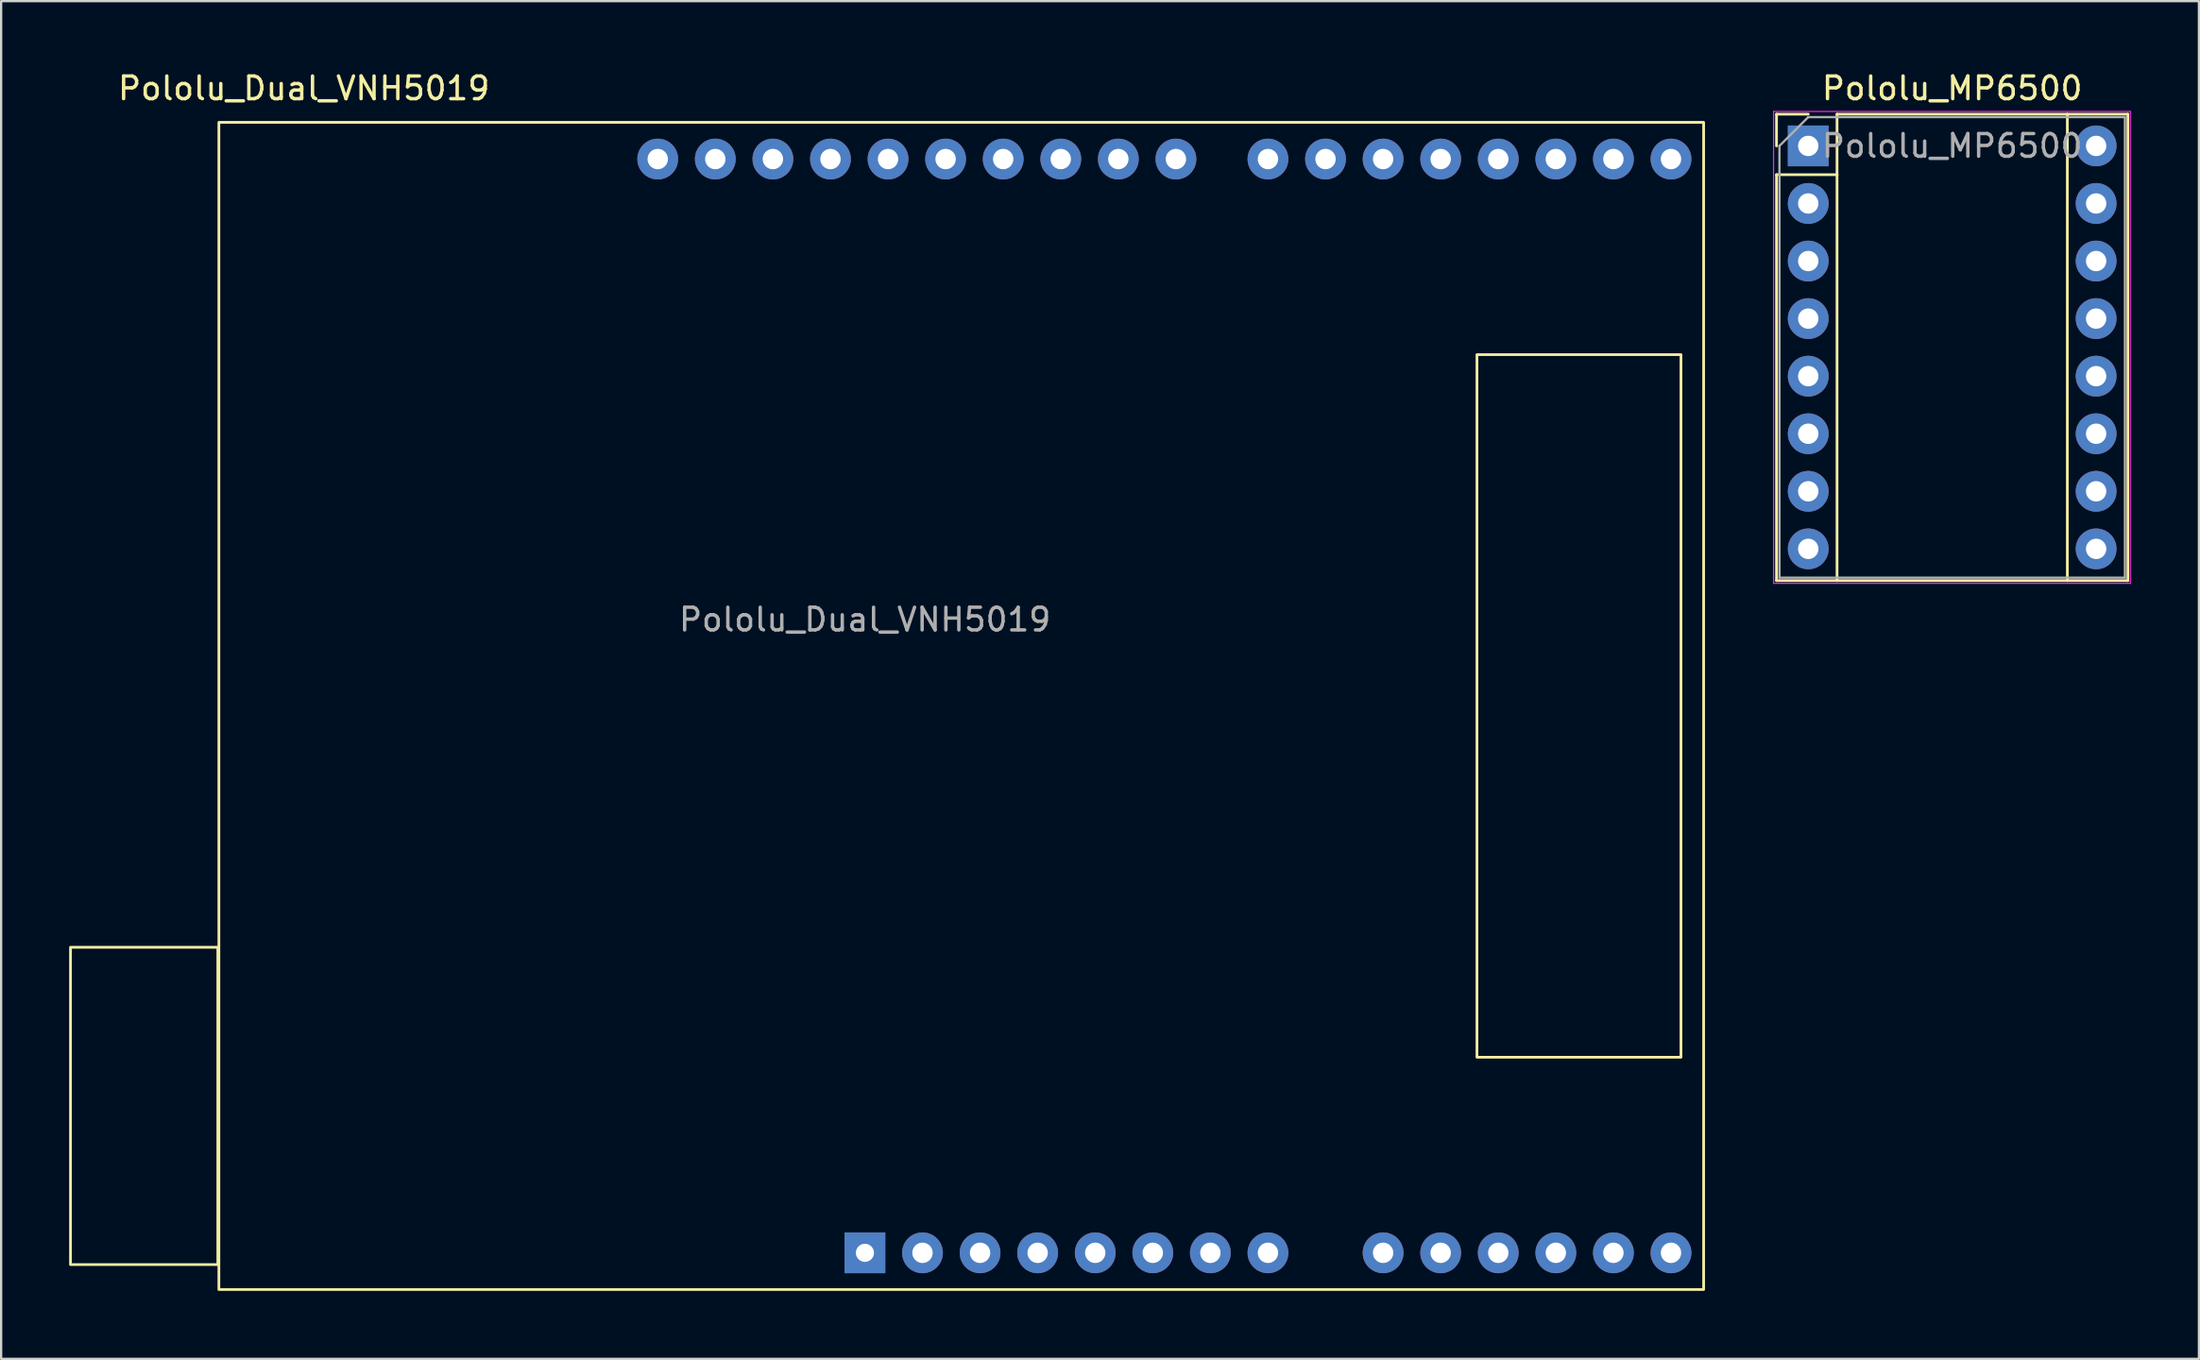
<source format=kicad_pcb>
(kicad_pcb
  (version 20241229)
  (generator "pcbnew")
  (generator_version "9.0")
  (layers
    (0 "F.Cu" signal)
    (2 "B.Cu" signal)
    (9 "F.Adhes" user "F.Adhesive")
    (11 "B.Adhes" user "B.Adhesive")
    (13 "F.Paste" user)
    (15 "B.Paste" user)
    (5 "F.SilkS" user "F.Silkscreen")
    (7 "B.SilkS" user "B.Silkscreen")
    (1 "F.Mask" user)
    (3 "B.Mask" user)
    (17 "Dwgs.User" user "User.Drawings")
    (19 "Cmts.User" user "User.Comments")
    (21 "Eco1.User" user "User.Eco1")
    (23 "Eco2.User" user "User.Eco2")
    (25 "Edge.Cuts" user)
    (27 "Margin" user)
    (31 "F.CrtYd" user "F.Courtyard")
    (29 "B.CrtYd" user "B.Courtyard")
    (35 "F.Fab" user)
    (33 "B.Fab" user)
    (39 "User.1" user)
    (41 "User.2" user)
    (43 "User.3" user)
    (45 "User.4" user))
  (footprint "Pololu_Dual_VNH5019"
    (layer "F.Cu")
    (at 35.106 28.098)
    (property "Reference" "Pololu_Dual_VNH5019" (at -24.75 -27.25 180) (layer "F.SilkS") (effects (font (size 1 1) (thickness 0.15))))
    (attr through_hole)
    (fp_rect (start -35.046 10.649) (end -28.546 24.649) (stroke (width 0.12) (type solid)) (fill no) (layer "F.SilkS"))
    (fp_rect (start -28.5 -25.75) (end 37 25.75) (stroke (width 0.12) (type solid)) (fill no) (layer "F.SilkS"))
    (fp_rect (start 36 -15.5) (end 27 15.5) (stroke (width 0.12) (type solid)) (fill no) (layer "F.SilkS"))
    (fp_text user "${REFERENCE}" (at 0 -3.81 180) (layer "F.Fab") (effects (font (size 1 1) (thickness 0.15))))
    (pad "1" thru_hole rect (at 0 24.13 270) (size 1.8 1.8) (drill 0.8) (layers "*.Cu" "*.Mask"))
    (pad "2" thru_hole oval (at 2.54 24.13 270) (size 1.8 1.8) (drill 0.9) (layers "*.Cu" "*.Mask"))
    (pad "3" thru_hole oval (at 5.08 24.13 270) (size 1.8 1.8) (drill 0.9) (layers "*.Cu" "*.Mask"))
    (pad "4" thru_hole oval (at 7.62 24.13 270) (size 1.8 1.8) (drill 0.9) (layers "*.Cu" "*.Mask"))
    (pad "5" thru_hole oval (at 10.16 24.13 270) (size 1.8 1.8) (drill 0.9) (layers "*.Cu" "*.Mask"))
    (pad "6" thru_hole oval (at 12.7 24.13 270) (size 1.8 1.8) (drill 0.9) (layers "*.Cu" "*.Mask"))
    (pad "7" thru_hole oval (at 15.24 24.13 270) (size 1.8 1.8) (drill 0.9) (layers "*.Cu" "*.Mask"))
    (pad "8" thru_hole oval (at 17.78 24.13 270) (size 1.8 1.8) (drill 0.9) (layers "*.Cu" "*.Mask"))
    (pad "9" thru_hole oval (at 22.86 24.13 270) (size 1.8 1.8) (drill 0.9) (layers "*.Cu" "*.Mask"))
    (pad "10" thru_hole oval (at 25.4 24.13 270) (size 1.8 1.8) (drill 0.9) (layers "*.Cu" "*.Mask"))
    (pad "11" thru_hole oval (at 27.94 24.13 270) (size 1.8 1.8) (drill 0.9) (layers "*.Cu" "*.Mask"))
    (pad "12" thru_hole oval (at 30.48 24.13 270) (size 1.8 1.8) (drill 0.9) (layers "*.Cu" "*.Mask"))
    (pad "13" thru_hole oval (at 33.02 24.13 270) (size 1.8 1.8) (drill 0.9) (layers "*.Cu" "*.Mask"))
    (pad "14" thru_hole oval (at 35.56 24.13 270) (size 1.8 1.8) (drill 0.9) (layers "*.Cu" "*.Mask"))
    (pad "15" thru_hole oval (at 35.56 -24.13 270) (size 1.8 1.8) (drill 0.9) (layers "*.Cu" "*.Mask"))
    (pad "16" thru_hole oval (at 33.02 -24.13 270) (size 1.8 1.8) (drill 0.9) (layers "*.Cu" "*.Mask"))
    (pad "17" thru_hole oval (at 30.48 -24.13 270) (size 1.8 1.8) (drill 0.9) (layers "*.Cu" "*.Mask"))
    (pad "18" thru_hole oval (at 27.94 -24.13 270) (size 1.8 1.8) (drill 0.9) (layers "*.Cu" "*.Mask"))
    (pad "19" thru_hole oval (at 25.4 -24.13 270) (size 1.8 1.8) (drill 0.9) (layers "*.Cu" "*.Mask"))
    (pad "20" thru_hole oval (at 22.86 -24.13 270) (size 1.8 1.8) (drill 0.9) (layers "*.Cu" "*.Mask"))
    (pad "21" thru_hole oval (at 20.32 -24.13 270) (size 1.8 1.8) (drill 0.9) (layers "*.Cu" "*.Mask"))
    (pad "22" thru_hole oval (at 17.78 -24.13 270) (size 1.8 1.8) (drill 0.9) (layers "*.Cu" "*.Mask"))
    (pad "23" thru_hole oval (at 13.72 -24.13 270) (size 1.8 1.8) (drill 0.9) (layers "*.Cu" "*.Mask"))
    (pad "24" thru_hole oval (at 11.18 -24.13 270) (size 1.8 1.8) (drill 0.9) (layers "*.Cu" "*.Mask"))
    (pad "25" thru_hole oval (at 8.64 -24.13 270) (size 1.8 1.8) (drill 0.9) (layers "*.Cu" "*.Mask"))
    (pad "26" thru_hole oval (at 6.1 -24.13 270) (size 1.8 1.8) (drill 0.9) (layers "*.Cu" "*.Mask"))
    (pad "27" thru_hole oval (at 3.56 -24.13 270) (size 1.8 1.8) (drill 0.9) (layers "*.Cu" "*.Mask"))
    (pad "28" thru_hole oval (at 1.02 -24.13 270) (size 1.8 1.8) (drill 0.9) (layers "*.Cu" "*.Mask"))
    (pad "29" thru_hole oval (at -1.52 -24.13 270) (size 1.8 1.8) (drill 0.9) (layers "*.Cu" "*.Mask"))
    (pad "30" thru_hole oval (at -4.06 -24.13 270) (size 1.8 1.8) (drill 0.9) (layers "*.Cu" "*.Mask"))
    (pad "31" thru_hole oval (at -6.6 -24.13 270) (size 1.8 1.8) (drill 0.9) (layers "*.Cu" "*.Mask"))
    (pad "32" thru_hole oval (at -9.14 -24.13 270) (size 1.8 1.8) (drill 0.9) (layers "*.Cu" "*.Mask")))
  (footprint "Pololu_MP6500"
    (layer "F.Cu")
    (at 83.071 12.278)
    (property "Reference" "Pololu_MP6500" (at 0 -11.43 0) (layer "F.SilkS") (effects (font (size 1 1) (thickness 0.15))))
    (attr through_hole)
    (fp_line (start -7.75 -10.29) (end -7.75 -8.89) (stroke (width 0.12) (type solid)) (layer "F.SilkS"))
    (fp_line (start -7.75 -7.62) (end -7.75 10.29) (stroke (width 0.12) (type solid)) (layer "F.SilkS"))
    (fp_line (start -7.75 10.29) (end 7.75 10.29) (stroke (width 0.12) (type solid)) (layer "F.SilkS"))
    (fp_line (start -6.35 -10.29) (end -7.75 -10.29) (stroke (width 0.12) (type solid)) (layer "F.SilkS"))
    (fp_line (start -5.08 -10.29) (end -5.08 -7.62) (stroke (width 0.12) (type solid)) (layer "F.SilkS"))
    (fp_line (start -5.08 -7.62) (end -7.75 -7.62) (stroke (width 0.12) (type solid)) (layer "F.SilkS"))
    (fp_line (start -5.08 -7.62) (end -5.08 10.29) (stroke (width 0.12) (type solid)) (layer "F.SilkS"))
    (fp_line (start 5.08 -10.29) (end 5.08 10.29) (stroke (width 0.12) (type solid)) (layer "F.SilkS"))
    (fp_line (start 7.75 -10.29) (end -5.08 -10.29) (stroke (width 0.12) (type solid)) (layer "F.SilkS"))
    (fp_line (start 7.75 10.29) (end 7.75 -10.29) (stroke (width 0.12) (type solid)) (layer "F.SilkS"))
    (fp_line (start -7.88 -10.41) (end -7.88 10.41) (stroke (width 0.05) (type solid)) (layer "F.CrtYd"))
    (fp_line (start -7.88 -10.41) (end 7.86 -10.41) (stroke (width 0.05) (type solid)) (layer "F.CrtYd"))
    (fp_line (start 7.86 10.41) (end -7.88 10.41) (stroke (width 0.05) (type solid)) (layer "F.CrtYd"))
    (fp_line (start 7.86 10.41) (end 7.86 -10.41) (stroke (width 0.05) (type solid)) (layer "F.CrtYd"))
    (fp_line (start -7.62 -8.89) (end -6.35 -10.16) (stroke (width 0.1) (type solid)) (layer "F.Fab"))
    (fp_line (start -7.62 10.16) (end -7.62 -8.89) (stroke (width 0.1) (type solid)) (layer "F.Fab"))
    (fp_line (start -6.35 -10.16) (end 7.62 -10.16) (stroke (width 0.1) (type solid)) (layer "F.Fab"))
    (fp_line (start 7.62 -10.16) (end 7.62 10.16) (stroke (width 0.1) (type solid)) (layer "F.Fab"))
    (fp_line (start 7.62 10.16) (end -7.62 10.16) (stroke (width 0.1) (type solid)) (layer "F.Fab"))
    (fp_text user "${REFERENCE}" (at 0 -8.89 0) (layer "F.Fab") (effects (font (size 1 1) (thickness 0.15))))
    (pad "1" thru_hole rect (at -6.35 -8.89) (size 1.8 1.8) (drill 0.9) (layers "*.Cu" "*.Mask"))
    (pad "2" thru_hole oval (at -6.35 -6.35) (size 1.8 1.8) (drill 0.9) (layers "*.Cu" "*.Mask"))
    (pad "3" thru_hole oval (at -6.35 -3.81) (size 1.8 1.8) (drill 0.9) (layers "*.Cu" "*.Mask"))
    (pad "4" thru_hole oval (at -6.35 -1.27) (size 1.8 1.8) (drill 0.9) (layers "*.Cu" "*.Mask"))
    (pad "5" thru_hole oval (at -6.35 1.27) (size 1.8 1.8) (drill 0.9) (layers "*.Cu" "*.Mask"))
    (pad "6" thru_hole oval (at -6.35 3.81) (size 1.8 1.8) (drill 0.9) (layers "*.Cu" "*.Mask"))
    (pad "7" thru_hole oval (at -6.35 6.35) (size 1.8 1.8) (drill 0.9) (layers "*.Cu" "*.Mask"))
    (pad "8" thru_hole oval (at -6.35 8.89) (size 1.8 1.8) (drill 0.9) (layers "*.Cu" "*.Mask"))
    (pad "9" thru_hole oval (at 6.35 8.89) (size 1.8 1.8) (drill 0.9) (layers "*.Cu" "*.Mask"))
    (pad "10" thru_hole oval (at 6.35 6.35) (size 1.8 1.8) (drill 0.9) (layers "*.Cu" "*.Mask"))
    (pad "11" thru_hole oval (at 6.35 3.81) (size 1.8 1.8) (drill 0.9) (layers "*.Cu" "*.Mask"))
    (pad "12" thru_hole oval (at 6.35 1.27) (size 1.8 1.8) (drill 0.9) (layers "*.Cu" "*.Mask"))
    (pad "13" thru_hole oval (at 6.35 -1.27) (size 1.8 1.8) (drill 0.9) (layers "*.Cu" "*.Mask"))
    (pad "14" thru_hole oval (at 6.35 -3.81) (size 1.8 1.8) (drill 0.9) (layers "*.Cu" "*.Mask"))
    (pad "15" thru_hole oval (at 6.35 -6.35) (size 1.8 1.8) (drill 0.9) (layers "*.Cu" "*.Mask"))
    (pad "16" thru_hole oval (at 6.35 -8.89) (size 1.8 1.8) (drill 0.9) (layers "*.Cu" "*.Mask")))
  (gr_rect
    (start -3 -3)
    (end 93.956 56.908)
    (stroke (width 0.1) (type default))
    (fill no)
    (layer "Edge.Cuts")))
</source>
